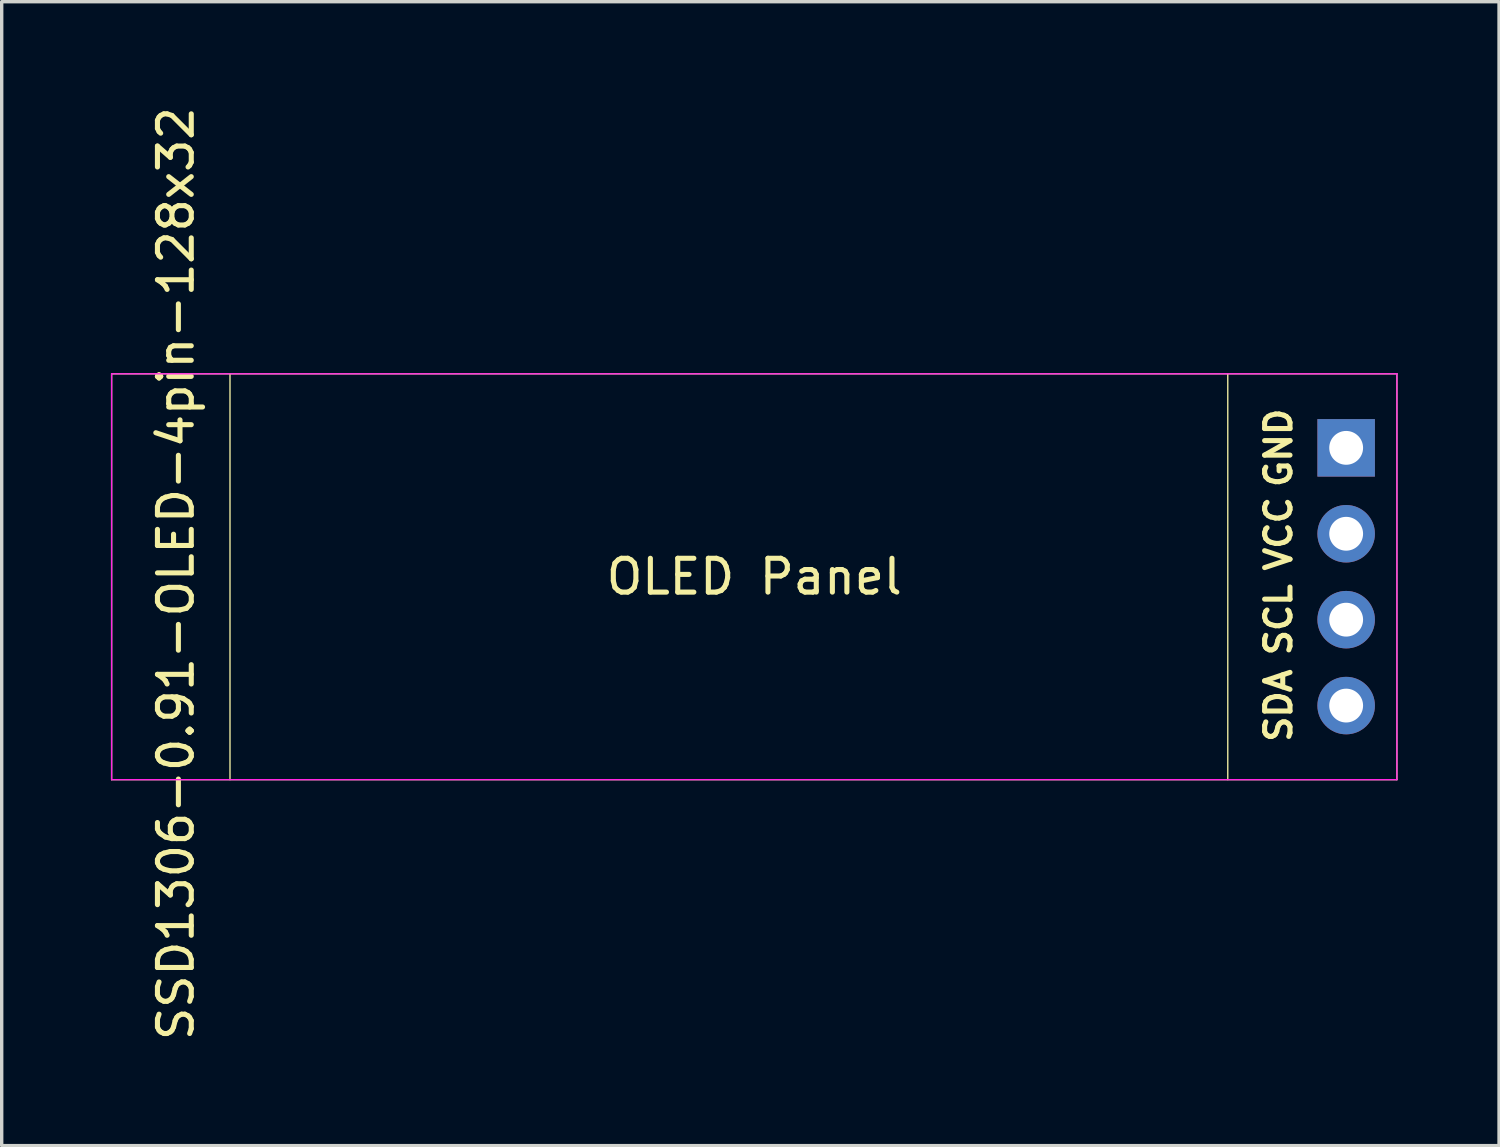
<source format=kicad_pcb>
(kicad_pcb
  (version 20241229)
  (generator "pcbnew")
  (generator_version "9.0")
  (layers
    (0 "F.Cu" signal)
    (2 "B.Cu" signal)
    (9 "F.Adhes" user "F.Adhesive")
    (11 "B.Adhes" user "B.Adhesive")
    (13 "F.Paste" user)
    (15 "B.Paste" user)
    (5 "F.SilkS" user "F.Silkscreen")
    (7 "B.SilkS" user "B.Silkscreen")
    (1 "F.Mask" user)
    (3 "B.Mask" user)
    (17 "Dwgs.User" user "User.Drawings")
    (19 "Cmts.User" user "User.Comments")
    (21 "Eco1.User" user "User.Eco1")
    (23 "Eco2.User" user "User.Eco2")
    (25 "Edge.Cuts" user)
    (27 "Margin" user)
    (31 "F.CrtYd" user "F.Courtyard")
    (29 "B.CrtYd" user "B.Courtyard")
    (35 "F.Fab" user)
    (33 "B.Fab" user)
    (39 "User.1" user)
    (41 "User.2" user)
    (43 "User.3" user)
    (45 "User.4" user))
  (footprint "SSD1306-0.91-OLED-4pin-128x32"
    (layer "F.Cu")
    (at 0.25 8.001)
    (property "Reference" "SSD1306-0.91-OLED-4pin-128x32" (at 1.9 5.91 90) (layer "F.SilkS") (effects (font (size 1 1) (thickness 0.15))))
    (attr through_hole)
    (fp_line (start 0 0) (end 0 12) (stroke (width 0.04) (type solid)) (layer "F.SilkS"))
    (fp_line (start 0 12) (end 38 12) (stroke (width 0.04) (type solid)) (layer "F.SilkS"))
    (fp_line (start 3.5 0) (end 3.5 12) (stroke (width 0.04) (type solid)) (layer "F.SilkS"))
    (fp_line (start 33 0) (end 33 12) (stroke (width 0.04) (type solid)) (layer "F.SilkS"))
    (fp_line (start 38 0) (end 0 0) (stroke (width 0.04) (type solid)) (layer "F.SilkS"))
    (fp_line (start 38 12) (end 38 0) (stroke (width 0.04) (type solid)) (layer "F.SilkS"))
    (fp_line (start 0 0) (end 0 12) (stroke (width 0.04) (type solid)) (layer "F.CrtYd"))
    (fp_line (start 0 12) (end 38 12) (stroke (width 0.04) (type solid)) (layer "F.CrtYd"))
    (fp_line (start 38 0) (end 0 0) (stroke (width 0.04) (type solid)) (layer "F.CrtYd"))
    (fp_line (start 38 12) (end 38 0) (stroke (width 0.04) (type solid)) (layer "F.CrtYd"))
    (fp_text user "SDA" (at 34.5 9.81 270) (layer "F.SilkS") (effects (font (size 0.75 0.75) (thickness 0.15))))
    (fp_text user "VCC" (at 34.5 4.73 270) (layer "F.SilkS") (effects (font (size 0.75 0.75) (thickness 0.15))))
    (fp_text user "GND" (at 34.5 2.19 270) (layer "F.SilkS") (effects (font (size 0.75 0.75) (thickness 0.15))))
    (fp_text user "SCL" (at 34.5 7.27 270) (layer "F.SilkS") (effects (font (size 0.75 0.75) (thickness 0.15))))
    (fp_text user "OLED Panel" (at 19 6 0) (layer "F.SilkS") (effects (font (size 1 1) (thickness 0.15))))
    (pad "1" thru_hole rect (at 36.5 2.19) (size 1.7 1.7) (drill 1) (layers "*.Cu" "*.Mask"))
    (pad "2" thru_hole oval (at 36.5 4.73) (size 1.7 1.7) (drill 1) (layers "*.Cu" "*.Mask"))
    (pad "3" thru_hole oval (at 36.5 7.27) (size 1.7 1.7) (drill 1) (layers "*.Cu" "*.Mask"))
    (pad "4" thru_hole oval (at 36.5 9.81) (size 1.7 1.7) (drill 1) (layers "*.Cu" "*.Mask")))
  (gr_rect
    (start -3 -3)
    (end 41.27 30.821)
    (stroke (width 0.1) (type default))
    (fill no)
    (layer "Edge.Cuts")))
</source>
